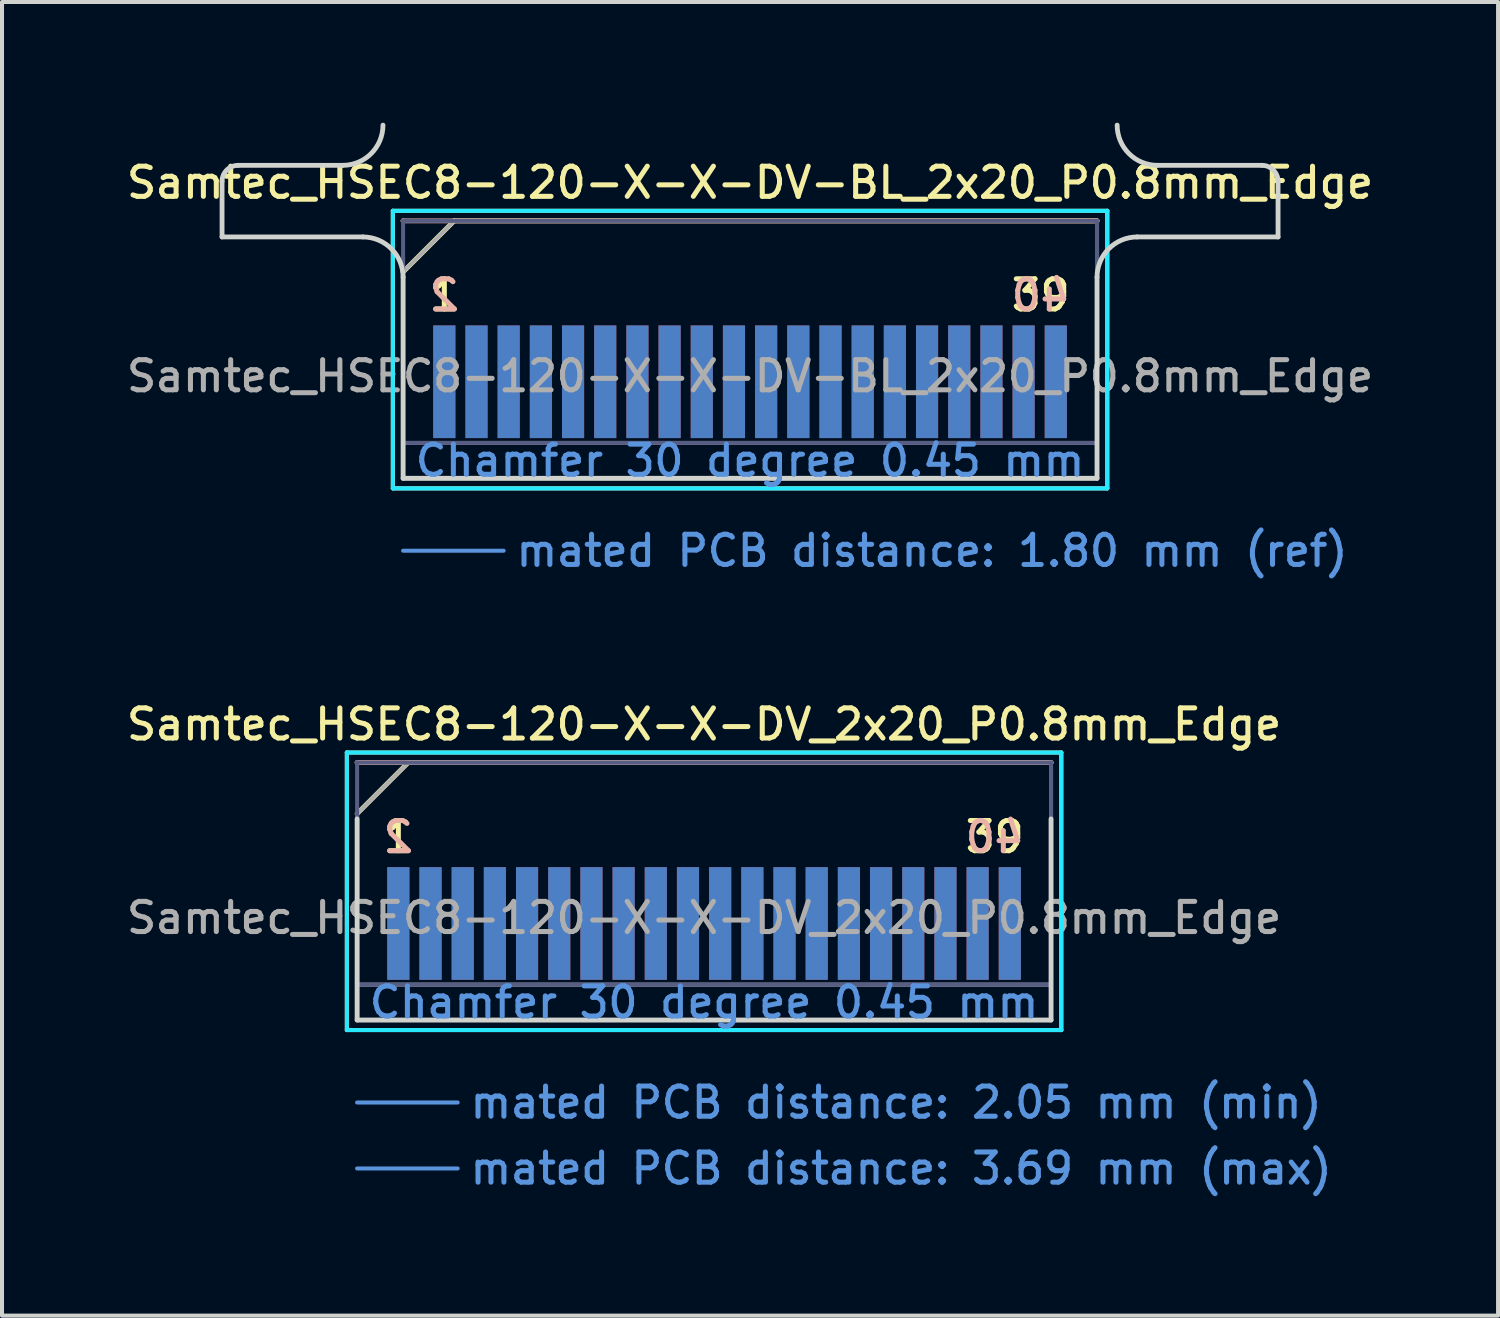
<source format=kicad_pcb>
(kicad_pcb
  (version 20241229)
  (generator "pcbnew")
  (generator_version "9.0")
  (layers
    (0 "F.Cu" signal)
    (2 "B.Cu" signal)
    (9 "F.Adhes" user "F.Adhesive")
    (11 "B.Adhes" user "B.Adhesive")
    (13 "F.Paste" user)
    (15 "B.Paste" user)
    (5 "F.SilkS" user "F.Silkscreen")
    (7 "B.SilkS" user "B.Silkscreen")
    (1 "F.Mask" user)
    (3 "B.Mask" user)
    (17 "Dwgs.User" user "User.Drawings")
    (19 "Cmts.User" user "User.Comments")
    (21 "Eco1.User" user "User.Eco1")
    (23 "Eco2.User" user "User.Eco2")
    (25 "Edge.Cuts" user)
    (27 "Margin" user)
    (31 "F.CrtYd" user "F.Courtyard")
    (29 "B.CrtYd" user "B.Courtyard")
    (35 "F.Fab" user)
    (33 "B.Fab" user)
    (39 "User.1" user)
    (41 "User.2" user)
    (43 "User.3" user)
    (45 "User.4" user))
  (footprint "Samtec_HSEC8-120-X-X-DV-BL_2x20_P0.8mm_Edge"
    (layer "F.Cu")
    (at 15.595 8.84)
    (property "Reference" "Samtec_HSEC8-120-X-X-DV-BL_2x20_P0.8mm_Edge" (at 0 -7.35 0) (layer "F.SilkS") (effects (font (size 0.75 0.75) (thickness 0.125))))
    (attr exclude_from_pos_files exclude_from_bom)
    (fp_line (start -8.88 -6.65) (end -8.88 0.25) (stroke (width 0.1) (type solid)) (layer "F.SilkS"))
    (fp_line (start -8.88 0.25) (end 8.88 0.25) (stroke (width 0.1) (type solid)) (layer "F.SilkS"))
    (fp_line (start -8.625 -5.13) (end -7.355 -6.4) (stroke (width 0.12) (type solid)) (layer "F.SilkS"))
    (fp_line (start -7.355 -6.4) (end 8.625 -6.4) (stroke (width 0.12) (type solid)) (layer "F.SilkS"))
    (fp_line (start 8.88 -6.65) (end -8.88 -6.65) (stroke (width 0.1) (type solid)) (layer "F.SilkS"))
    (fp_line (start 8.88 0.25) (end 8.88 -6.65) (stroke (width 0.1) (type solid)) (layer "F.SilkS"))
    (fp_line (start -8.625 -6.4) (end -8.625 -6.4) (stroke (width 0.12) (type solid)) (layer "B.SilkS"))
    (fp_line (start -8.625 -6.4) (end 8.625 -6.4) (stroke (width 0.12) (type solid)) (layer "B.SilkS"))
    (fp_line (start -8.625 1.8) (end -6.125 1.8) (stroke (width 0.1) (type solid)) (layer "Cmts.User"))
    (fp_line (start -13.125 -6) (end -13.125 -7.38) (stroke (width 0.12) (type solid)) (layer "Edge.Cuts"))
    (fp_line (start -12.725 -7.78) (end -10.125 -7.78) (stroke (width 0.12) (type solid)) (layer "Edge.Cuts"))
    (fp_line (start -9.625 -6) (end -13.125 -6) (stroke (width 0.12) (type solid)) (layer "Edge.Cuts"))
    (fp_line (start -8.625 -5) (end -8.625 0) (stroke (width 0.12) (type solid)) (layer "Edge.Cuts"))
    (fp_line (start -8.625 0) (end 8.625 0) (stroke (width 0.12) (type solid)) (layer "Edge.Cuts"))
    (fp_line (start 8.625 0) (end 8.625 -5) (stroke (width 0.12) (type solid)) (layer "Edge.Cuts"))
    (fp_line (start 9.625 -6) (end 13.125 -6) (stroke (width 0.12) (type solid)) (layer "Edge.Cuts"))
    (fp_line (start 12.725 -7.78) (end 10.125 -7.78) (stroke (width 0.12) (type solid)) (layer "Edge.Cuts"))
    (fp_line (start 13.125 -6) (end 13.125 -7.38) (stroke (width 0.12) (type solid)) (layer "Edge.Cuts"))
    (fp_arc (start -13.125 -7.38) (mid -13.007843 -7.662843) (end -12.725 -7.78) (stroke (width 0.12) (type solid)) (layer "Edge.Cuts"))
    (fp_arc (start -9.625 -6) (mid -8.917893 -5.707107) (end -8.625 -5) (stroke (width 0.12) (type solid)) (layer "Edge.Cuts"))
    (fp_arc (start -9.125 -8.78) (mid -9.417893 -8.072893) (end -10.125 -7.78) (stroke (width 0.12) (type solid)) (layer "Edge.Cuts"))
    (fp_arc (start 8.625 -5) (mid 8.917893 -5.707107) (end 9.625 -6) (stroke (width 0.12) (type solid)) (layer "Edge.Cuts"))
    (fp_arc (start 10.125 -7.78) (mid 9.417893 -8.072893) (end 9.125 -8.78) (stroke (width 0.12) (type solid)) (layer "Edge.Cuts"))
    (fp_arc (start 12.725 -7.78) (mid 13.007843 -7.662843) (end 13.125 -7.38) (stroke (width 0.12) (type solid)) (layer "Edge.Cuts"))
    (fp_line (start -8.88 -6.65) (end -8.88 0.25) (stroke (width 0.1) (type solid)) (layer "B.CrtYd"))
    (fp_line (start -8.88 0.25) (end 8.88 0.25) (stroke (width 0.1) (type solid)) (layer "B.CrtYd"))
    (fp_line (start 8.88 -6.65) (end -8.88 -6.65) (stroke (width 0.1) (type solid)) (layer "B.CrtYd"))
    (fp_line (start 8.88 0.25) (end 8.88 -6.65) (stroke (width 0.1) (type solid)) (layer "B.CrtYd"))
    (fp_line (start -8.625 -6.4) (end -8.625 -6.4) (stroke (width 0.1) (type solid)) (layer "B.Fab"))
    (fp_line (start -8.625 -6.4) (end -8.625 0) (stroke (width 0.1) (type solid)) (layer "B.Fab"))
    (fp_line (start -8.625 -6.4) (end 8.625 -6.4) (stroke (width 0.1) (type solid)) (layer "B.Fab"))
    (fp_line (start -8.625 -0.88) (end 8.625 -0.88) (stroke (width 0.1) (type solid)) (layer "B.Fab"))
    (fp_line (start -8.625 0) (end 8.625 0) (stroke (width 0.1) (type solid)) (layer "B.Fab"))
    (fp_line (start 8.625 -6.4) (end 8.625 0) (stroke (width 0.1) (type solid)) (layer "B.Fab"))
    (fp_line (start -8.625 -5.13) (end -8.625 0) (stroke (width 0.1) (type solid)) (layer "F.Fab"))
    (fp_line (start -8.625 -5.13) (end -7.355 -6.4) (stroke (width 0.1) (type solid)) (layer "F.Fab"))
    (fp_line (start -8.625 -0.88) (end 8.625 -0.88) (stroke (width 0.1) (type solid)) (layer "F.Fab"))
    (fp_line (start -8.625 0) (end 8.625 0) (stroke (width 0.1) (type solid)) (layer "F.Fab"))
    (fp_line (start -7.355 -6.4) (end 8.625 -6.4) (stroke (width 0.1) (type solid)) (layer "F.Fab"))
    (fp_line (start 8.625 -6.4) (end 8.625 0) (stroke (width 0.1) (type solid)) (layer "F.Fab"))
    (fp_text user "39" (at 7.225 -4.55 0) (layer "F.SilkS") (effects (font (size 0.75 0.75) (thickness 0.125))))
    (fp_text user "1" (at -7.6 -4.55 0) (layer "F.SilkS") (effects (font (size 0.75 0.75) (thickness 0.125))))
    (fp_text user "40" (at 7.225 -4.55 0) (layer "B.SilkS") (effects (font (size 0.75 0.75) (thickness 0.125)) (justify mirror)))
    (fp_text user "2" (at -7.6 -4.55 0) (layer "B.SilkS") (effects (font (size 0.75 0.75) (thickness 0.125)) (justify mirror)))
    (fp_text user "Chamfer 30 degree 0.45 mm" (at 0 -0.44 0) (layer "Cmts.User") (effects (font (size 0.75 0.75) (thickness 0.125))))
    (fp_text user "mated PCB distance: 1.80 mm (ref)" (at -5.88 1.8 0) (layer "Cmts.User") (effects (font (size 0.75 0.75) (thickness 0.125)) (justify left)))
    (fp_text user "${REFERENCE}" (at 0 -2.54 0) (layer "F.Fab") (effects (font (size 0.75 0.75) (thickness 0.125))))
    (pad "1" connect rect (at -7.6 -2.4) (size 0.55 2.8) (layers "F.Cu" "F.Mask"))
    (pad "2" connect rect (at -7.6 -2.4) (size 0.55 2.8) (layers "B.Cu" "B.Mask"))
    (pad "3" connect rect (at -6.8 -2.4) (size 0.55 2.8) (layers "F.Cu" "F.Mask"))
    (pad "4" connect rect (at -6.8 -2.4) (size 0.55 2.8) (layers "B.Cu" "B.Mask"))
    (pad "5" connect rect (at -6 -2.4) (size 0.55 2.8) (layers "F.Cu" "F.Mask"))
    (pad "6" connect rect (at -6 -2.4) (size 0.55 2.8) (layers "B.Cu" "B.Mask"))
    (pad "7" connect rect (at -5.2 -2.4) (size 0.55 2.8) (layers "F.Cu" "F.Mask"))
    (pad "8" connect rect (at -5.2 -2.4) (size 0.55 2.8) (layers "B.Cu" "B.Mask"))
    (pad "9" connect rect (at -4.4 -2.4) (size 0.55 2.8) (layers "F.Cu" "F.Mask"))
    (pad "10" connect rect (at -4.4 -2.4) (size 0.55 2.8) (layers "B.Cu" "B.Mask"))
    (pad "11" connect rect (at -3.6 -2.4) (size 0.55 2.8) (layers "F.Cu" "F.Mask"))
    (pad "12" connect rect (at -3.6 -2.4) (size 0.55 2.8) (layers "B.Cu" "B.Mask"))
    (pad "13" connect rect (at -2.8 -2.4) (size 0.55 2.8) (layers "F.Cu" "F.Mask"))
    (pad "14" connect rect (at -2.8 -2.4) (size 0.55 2.8) (layers "B.Cu" "B.Mask"))
    (pad "15" connect rect (at -2 -2.4) (size 0.55 2.8) (layers "F.Cu" "F.Mask"))
    (pad "16" connect rect (at -2 -2.4) (size 0.55 2.8) (layers "B.Cu" "B.Mask"))
    (pad "17" connect rect (at -1.2 -2.4) (size 0.55 2.8) (layers "F.Cu" "F.Mask"))
    (pad "18" connect rect (at -1.2 -2.4) (size 0.55 2.8) (layers "B.Cu" "B.Mask"))
    (pad "19" connect rect (at -0.4 -2.4) (size 0.55 2.8) (layers "F.Cu" "F.Mask"))
    (pad "20" connect rect (at -0.4 -2.4) (size 0.55 2.8) (layers "B.Cu" "B.Mask"))
    (pad "21" connect rect (at 0.4 -2.4) (size 0.55 2.8) (layers "F.Cu" "F.Mask"))
    (pad "22" connect rect (at 0.4 -2.4) (size 0.55 2.8) (layers "B.Cu" "B.Mask"))
    (pad "23" connect rect (at 1.2 -2.4) (size 0.55 2.8) (layers "F.Cu" "F.Mask"))
    (pad "24" connect rect (at 1.2 -2.4) (size 0.55 2.8) (layers "B.Cu" "B.Mask"))
    (pad "25" connect rect (at 2 -2.4) (size 0.55 2.8) (layers "F.Cu" "F.Mask"))
    (pad "26" connect rect (at 2 -2.4) (size 0.55 2.8) (layers "B.Cu" "B.Mask"))
    (pad "27" connect rect (at 2.8 -2.4) (size 0.55 2.8) (layers "F.Cu" "F.Mask"))
    (pad "28" connect rect (at 2.8 -2.4) (size 0.55 2.8) (layers "B.Cu" "B.Mask"))
    (pad "29" connect rect (at 3.6 -2.4) (size 0.55 2.8) (layers "F.Cu" "F.Mask"))
    (pad "30" connect rect (at 3.6 -2.4) (size 0.55 2.8) (layers "B.Cu" "B.Mask"))
    (pad "31" connect rect (at 4.4 -2.4) (size 0.55 2.8) (layers "F.Cu" "F.Mask"))
    (pad "32" connect rect (at 4.4 -2.4) (size 0.55 2.8) (layers "B.Cu" "B.Mask"))
    (pad "33" connect rect (at 5.2 -2.4) (size 0.55 2.8) (layers "F.Cu" "F.Mask"))
    (pad "34" connect rect (at 5.2 -2.4) (size 0.55 2.8) (layers "B.Cu" "B.Mask"))
    (pad "35" connect rect (at 6 -2.4) (size 0.55 2.8) (layers "F.Cu" "F.Mask"))
    (pad "36" connect rect (at 6 -2.4) (size 0.55 2.8) (layers "B.Cu" "B.Mask"))
    (pad "37" connect rect (at 6.8 -2.4) (size 0.55 2.8) (layers "F.Cu" "F.Mask"))
    (pad "38" connect rect (at 6.8 -2.4) (size 0.55 2.8) (layers "B.Cu" "B.Mask"))
    (pad "39" connect rect (at 7.6 -2.4) (size 0.55 2.8) (layers "F.Cu" "F.Mask"))
    (pad "40" connect rect (at 7.6 -2.4) (size 0.55 2.8) (layers "B.Cu" "B.Mask")))
  (footprint "Samtec_HSEC8-120-X-X-DV_2x20_P0.8mm_Edge"
    (layer "F.Cu")
    (at 14.452 22.306)
    (property "Reference" "Samtec_HSEC8-120-X-X-DV_2x20_P0.8mm_Edge" (at 0 -7.35 0) (layer "F.SilkS") (effects (font (size 0.75 0.75) (thickness 0.125))))
    (attr exclude_from_pos_files exclude_from_bom)
    (fp_line (start -8.88 -6.65) (end -8.88 0.25) (stroke (width 0.1) (type solid)) (layer "F.SilkS"))
    (fp_line (start -8.88 0.25) (end 8.88 0.25) (stroke (width 0.1) (type solid)) (layer "F.SilkS"))
    (fp_line (start -8.625 -5.13) (end -7.355 -6.4) (stroke (width 0.12) (type solid)) (layer "F.SilkS"))
    (fp_line (start -7.355 -6.4) (end 8.625 -6.4) (stroke (width 0.12) (type solid)) (layer "F.SilkS"))
    (fp_line (start 8.88 -6.65) (end -8.88 -6.65) (stroke (width 0.1) (type solid)) (layer "F.SilkS"))
    (fp_line (start 8.88 0.25) (end 8.88 -6.65) (stroke (width 0.1) (type solid)) (layer "F.SilkS"))
    (fp_line (start -8.625 -6.4) (end -8.625 -6.4) (stroke (width 0.12) (type solid)) (layer "B.SilkS"))
    (fp_line (start -8.625 -6.4) (end 8.625 -6.4) (stroke (width 0.12) (type solid)) (layer "B.SilkS"))
    (fp_line (start -8.625 2.05) (end -6.125 2.05) (stroke (width 0.1) (type solid)) (layer "Cmts.User"))
    (fp_line (start -8.625 3.69) (end -6.125 3.69) (stroke (width 0.1) (type solid)) (layer "Cmts.User"))
    (fp_line (start -8.625 -5) (end -8.625 0) (stroke (width 0.12) (type solid)) (layer "Edge.Cuts"))
    (fp_line (start -8.625 0) (end 8.625 0) (stroke (width 0.12) (type solid)) (layer "Edge.Cuts"))
    (fp_line (start 8.625 0) (end 8.625 -5) (stroke (width 0.12) (type solid)) (layer "Edge.Cuts"))
    (fp_line (start -8.88 -6.65) (end -8.88 0.25) (stroke (width 0.1) (type solid)) (layer "B.CrtYd"))
    (fp_line (start -8.88 0.25) (end 8.88 0.25) (stroke (width 0.1) (type solid)) (layer "B.CrtYd"))
    (fp_line (start 8.88 -6.65) (end -8.88 -6.65) (stroke (width 0.1) (type solid)) (layer "B.CrtYd"))
    (fp_line (start 8.88 0.25) (end 8.88 -6.65) (stroke (width 0.1) (type solid)) (layer "B.CrtYd"))
    (fp_line (start -8.625 -6.4) (end -8.625 -6.4) (stroke (width 0.1) (type solid)) (layer "B.Fab"))
    (fp_line (start -8.625 -6.4) (end -8.625 0) (stroke (width 0.1) (type solid)) (layer "B.Fab"))
    (fp_line (start -8.625 -6.4) (end 8.625 -6.4) (stroke (width 0.1) (type solid)) (layer "B.Fab"))
    (fp_line (start -8.625 -0.88) (end 8.625 -0.88) (stroke (width 0.1) (type solid)) (layer "B.Fab"))
    (fp_line (start -8.625 0) (end 8.625 0) (stroke (width 0.1) (type solid)) (layer "B.Fab"))
    (fp_line (start 8.625 -6.4) (end 8.625 0) (stroke (width 0.1) (type solid)) (layer "B.Fab"))
    (fp_line (start -8.625 -5.13) (end -8.625 0) (stroke (width 0.1) (type solid)) (layer "F.Fab"))
    (fp_line (start -8.625 -5.13) (end -7.355 -6.4) (stroke (width 0.1) (type solid)) (layer "F.Fab"))
    (fp_line (start -8.625 -0.88) (end 8.625 -0.88) (stroke (width 0.1) (type solid)) (layer "F.Fab"))
    (fp_line (start -8.625 0) (end 8.625 0) (stroke (width 0.1) (type solid)) (layer "F.Fab"))
    (fp_line (start -7.355 -6.4) (end 8.625 -6.4) (stroke (width 0.1) (type solid)) (layer "F.Fab"))
    (fp_line (start 8.625 -6.4) (end 8.625 0) (stroke (width 0.1) (type solid)) (layer "F.Fab"))
    (fp_text user "39" (at 7.225 -4.55 0) (layer "F.SilkS") (effects (font (size 0.75 0.75) (thickness 0.125))))
    (fp_text user "1" (at -7.6 -4.55 0) (layer "F.SilkS") (effects (font (size 0.75 0.75) (thickness 0.125))))
    (fp_text user "2" (at -7.6 -4.55 0) (layer "B.SilkS") (effects (font (size 0.75 0.75) (thickness 0.125)) (justify mirror)))
    (fp_text user "40" (at 7.225 -4.55 0) (layer "B.SilkS") (effects (font (size 0.75 0.75) (thickness 0.125)) (justify mirror)))
    (fp_text user "mated PCB distance: 2.05 mm (min)" (at -5.88 2.05 0) (layer "Cmts.User") (effects (font (size 0.75 0.75) (thickness 0.125)) (justify left)))
    (fp_text user "Chamfer 30 degree 0.45 mm" (at 0 -0.44 0) (layer "Cmts.User") (effects (font (size 0.75 0.75) (thickness 0.125))))
    (fp_text user "mated PCB distance: 3.69 mm (max)" (at -5.88 3.69 0) (layer "Cmts.User") (effects (font (size 0.75 0.75) (thickness 0.125)) (justify left)))
    (fp_text user "${REFERENCE}" (at 0 -2.54 0) (layer "F.Fab") (effects (font (size 0.75 0.75) (thickness 0.125))))
    (pad "1" connect rect (at -7.6 -2.4) (size 0.55 2.8) (layers "F.Cu" "F.Mask"))
    (pad "2" connect rect (at -7.6 -2.4) (size 0.55 2.8) (layers "B.Cu" "B.Mask"))
    (pad "3" connect rect (at -6.8 -2.4) (size 0.55 2.8) (layers "F.Cu" "F.Mask"))
    (pad "4" connect rect (at -6.8 -2.4) (size 0.55 2.8) (layers "B.Cu" "B.Mask"))
    (pad "5" connect rect (at -6 -2.4) (size 0.55 2.8) (layers "F.Cu" "F.Mask"))
    (pad "6" connect rect (at -6 -2.4) (size 0.55 2.8) (layers "B.Cu" "B.Mask"))
    (pad "7" connect rect (at -5.2 -2.4) (size 0.55 2.8) (layers "F.Cu" "F.Mask"))
    (pad "8" connect rect (at -5.2 -2.4) (size 0.55 2.8) (layers "B.Cu" "B.Mask"))
    (pad "9" connect rect (at -4.4 -2.4) (size 0.55 2.8) (layers "F.Cu" "F.Mask"))
    (pad "10" connect rect (at -4.4 -2.4) (size 0.55 2.8) (layers "B.Cu" "B.Mask"))
    (pad "11" connect rect (at -3.6 -2.4) (size 0.55 2.8) (layers "F.Cu" "F.Mask"))
    (pad "12" connect rect (at -3.6 -2.4) (size 0.55 2.8) (layers "B.Cu" "B.Mask"))
    (pad "13" connect rect (at -2.8 -2.4) (size 0.55 2.8) (layers "F.Cu" "F.Mask"))
    (pad "14" connect rect (at -2.8 -2.4) (size 0.55 2.8) (layers "B.Cu" "B.Mask"))
    (pad "15" connect rect (at -2 -2.4) (size 0.55 2.8) (layers "F.Cu" "F.Mask"))
    (pad "16" connect rect (at -2 -2.4) (size 0.55 2.8) (layers "B.Cu" "B.Mask"))
    (pad "17" connect rect (at -1.2 -2.4) (size 0.55 2.8) (layers "F.Cu" "F.Mask"))
    (pad "18" connect rect (at -1.2 -2.4) (size 0.55 2.8) (layers "B.Cu" "B.Mask"))
    (pad "19" connect rect (at -0.4 -2.4) (size 0.55 2.8) (layers "F.Cu" "F.Mask"))
    (pad "20" connect rect (at -0.4 -2.4) (size 0.55 2.8) (layers "B.Cu" "B.Mask"))
    (pad "21" connect rect (at 0.4 -2.4) (size 0.55 2.8) (layers "F.Cu" "F.Mask"))
    (pad "22" connect rect (at 0.4 -2.4) (size 0.55 2.8) (layers "B.Cu" "B.Mask"))
    (pad "23" connect rect (at 1.2 -2.4) (size 0.55 2.8) (layers "F.Cu" "F.Mask"))
    (pad "24" connect rect (at 1.2 -2.4) (size 0.55 2.8) (layers "B.Cu" "B.Mask"))
    (pad "25" connect rect (at 2 -2.4) (size 0.55 2.8) (layers "F.Cu" "F.Mask"))
    (pad "26" connect rect (at 2 -2.4) (size 0.55 2.8) (layers "B.Cu" "B.Mask"))
    (pad "27" connect rect (at 2.8 -2.4) (size 0.55 2.8) (layers "F.Cu" "F.Mask"))
    (pad "28" connect rect (at 2.8 -2.4) (size 0.55 2.8) (layers "B.Cu" "B.Mask"))
    (pad "29" connect rect (at 3.6 -2.4) (size 0.55 2.8) (layers "F.Cu" "F.Mask"))
    (pad "30" connect rect (at 3.6 -2.4) (size 0.55 2.8) (layers "B.Cu" "B.Mask"))
    (pad "31" connect rect (at 4.4 -2.4) (size 0.55 2.8) (layers "F.Cu" "F.Mask"))
    (pad "32" connect rect (at 4.4 -2.4) (size 0.55 2.8) (layers "B.Cu" "B.Mask"))
    (pad "33" connect rect (at 5.2 -2.4) (size 0.55 2.8) (layers "F.Cu" "F.Mask"))
    (pad "34" connect rect (at 5.2 -2.4) (size 0.55 2.8) (layers "B.Cu" "B.Mask"))
    (pad "35" connect rect (at 6 -2.4) (size 0.55 2.8) (layers "F.Cu" "F.Mask"))
    (pad "36" connect rect (at 6 -2.4) (size 0.55 2.8) (layers "B.Cu" "B.Mask"))
    (pad "37" connect rect (at 6.8 -2.4) (size 0.55 2.8) (layers "F.Cu" "F.Mask"))
    (pad "38" connect rect (at 6.8 -2.4) (size 0.55 2.8) (layers "B.Cu" "B.Mask"))
    (pad "39" connect rect (at 7.6 -2.4) (size 0.55 2.8) (layers "F.Cu" "F.Mask"))
    (pad "40" connect rect (at 7.6 -2.4) (size 0.55 2.8) (layers "B.Cu" "B.Mask")))
  (gr_rect
    (start -3 -3)
    (end 34.189 29.654)
    (stroke (width 0.1) (type default))
    (fill no)
    (layer "Edge.Cuts")))
</source>
